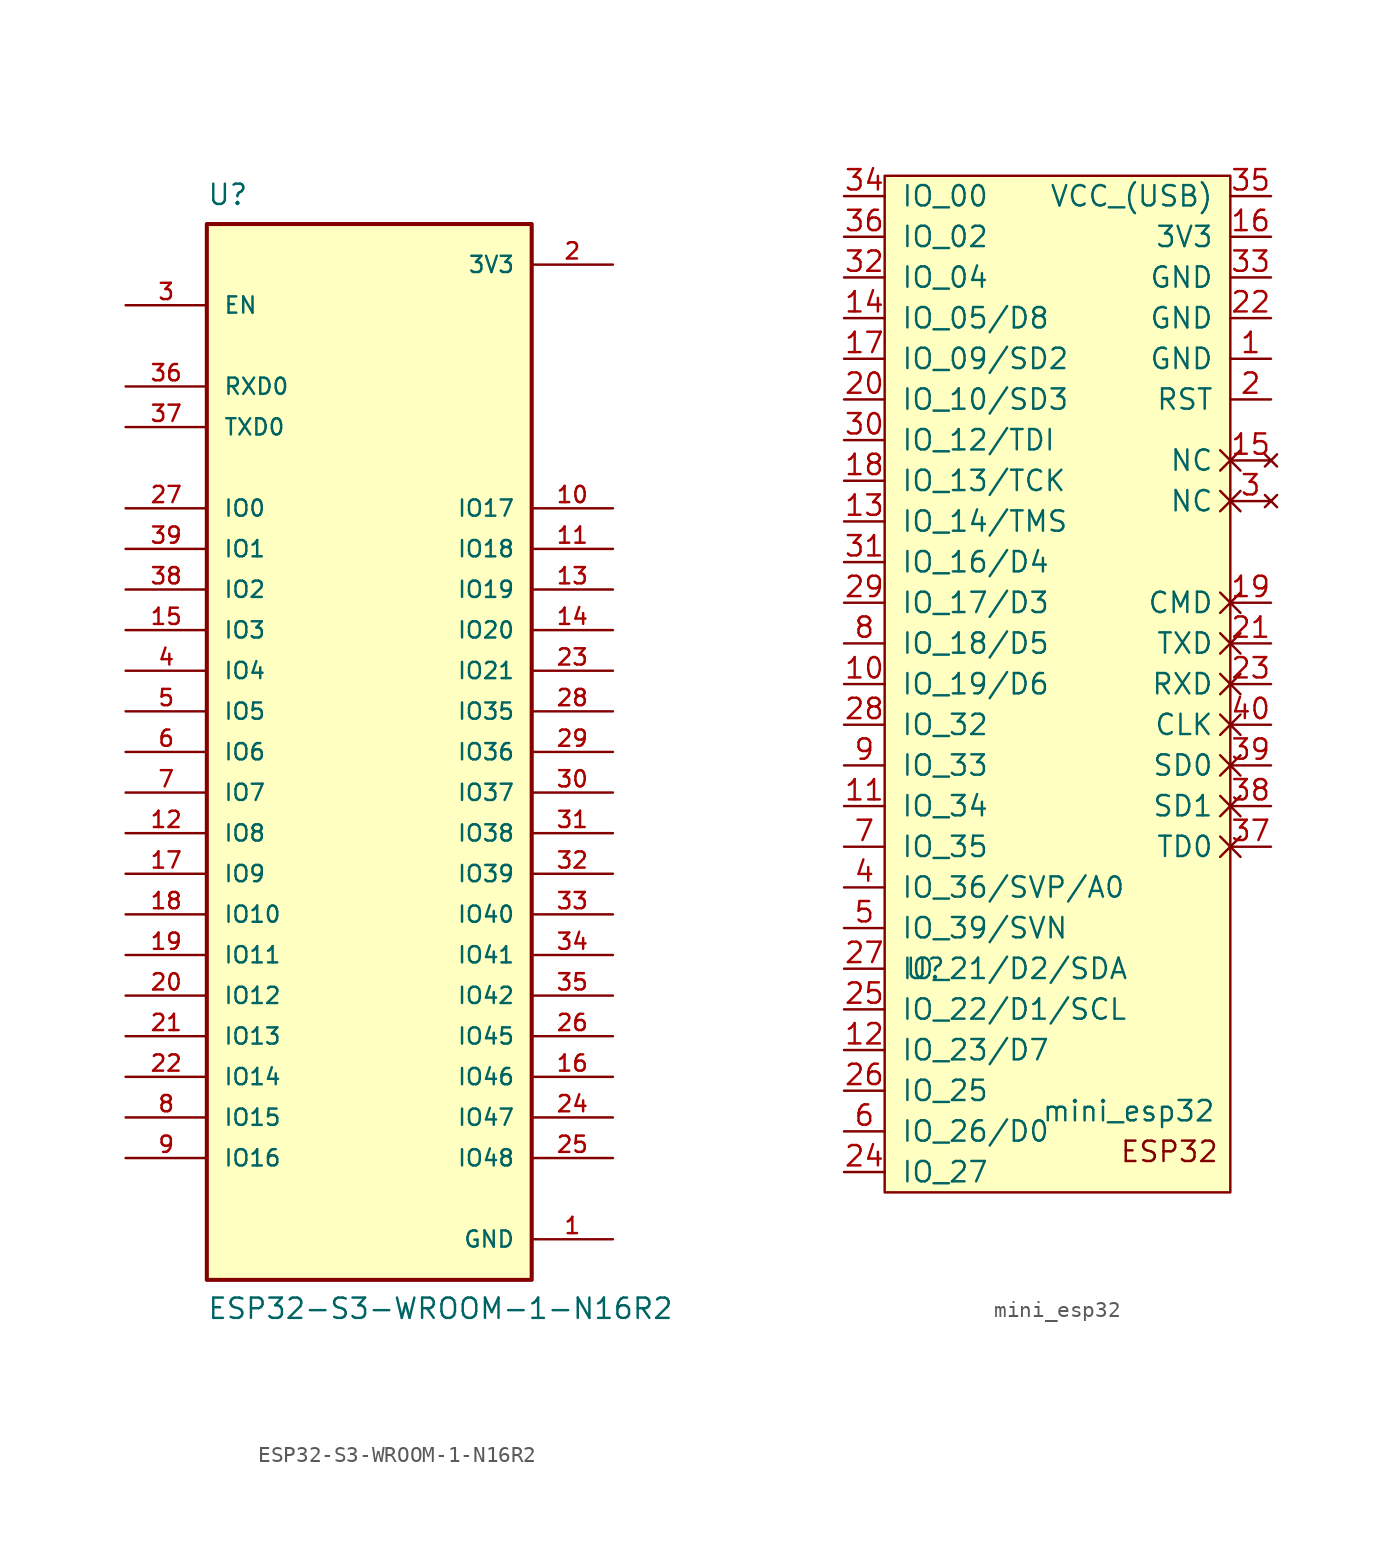
<source format=kicad_sym>
(kicad_symbol_lib
  (version 20220914)
  (generator kicad_symbol_editor)
  (symbol "ESP32-S3-WROOM-1-N16R2"
    (pin_names
      (offset 1.016))
    (property "Reference" "U"
      (at -10.16 34.112 0)
      (effects (font (size 1.27 1.27)) (justify left bottom)))
    (property "Value" "ESP32-S3-WROOM-1-N16R2"
      (at -10.16 -35.56 0)
      (effects (font (size 1.27 1.27)) (justify left bottom)))
    (symbol "ESP32-S3-WROOM-1-N16R2_0_0"
      (rectangle (start -10.16 -33.02) (end 10.16 33.02) (stroke (width 0.254) (type default)) (fill (type background)))
      (pin power_in line (at 15.24 -30.48 180) (length 5.08) (name "GND" (effects (font (size 1.016 1.016)))) (number "1" (effects (font (size 1.016 1.016)))))
      (pin bidirectional line (at 15.24 15.24 180) (length 5.08) (name "IO17" (effects (font (size 1.016 1.016)))) (number "10" (effects (font (size 1.016 1.016)))))
      (pin bidirectional line (at 15.24 12.7 180) (length 5.08) (name "IO18" (effects (font (size 1.016 1.016)))) (number "11" (effects (font (size 1.016 1.016)))))
      (pin bidirectional line (at -15.24 -5.08 0) (length 5.08) (name "IO8" (effects (font (size 1.016 1.016)))) (number "12" (effects (font (size 1.016 1.016)))))
      (pin bidirectional line (at 15.24 10.16 180) (length 5.08) (name "IO19" (effects (font (size 1.016 1.016)))) (number "13" (effects (font (size 1.016 1.016)))))
      (pin bidirectional line (at 15.24 7.62 180) (length 5.08) (name "IO20" (effects (font (size 1.016 1.016)))) (number "14" (effects (font (size 1.016 1.016)))))
      (pin bidirectional line (at -15.24 7.62 0) (length 5.08) (name "IO3" (effects (font (size 1.016 1.016)))) (number "15" (effects (font (size 1.016 1.016)))))
      (pin bidirectional line (at 15.24 -20.32 180) (length 5.08) (name "IO46" (effects (font (size 1.016 1.016)))) (number "16" (effects (font (size 1.016 1.016)))))
      (pin bidirectional line (at -15.24 -7.62 0) (length 5.08) (name "IO9" (effects (font (size 1.016 1.016)))) (number "17" (effects (font (size 1.016 1.016)))))
      (pin bidirectional line (at -15.24 -10.16 0) (length 5.08) (name "IO10" (effects (font (size 1.016 1.016)))) (number "18" (effects (font (size 1.016 1.016)))))
      (pin bidirectional line (at -15.24 -12.7 0) (length 5.08) (name "IO11" (effects (font (size 1.016 1.016)))) (number "19" (effects (font (size 1.016 1.016)))))
      (pin power_in line (at 15.24 30.48 180) (length 5.08) (name "3V3" (effects (font (size 1.016 1.016)))) (number "2" (effects (font (size 1.016 1.016)))))
      (pin bidirectional line (at -15.24 -15.24 0) (length 5.08) (name "IO12" (effects (font (size 1.016 1.016)))) (number "20" (effects (font (size 1.016 1.016)))))
      (pin bidirectional line (at -15.24 -17.78 0) (length 5.08) (name "IO13" (effects (font (size 1.016 1.016)))) (number "21" (effects (font (size 1.016 1.016)))))
      (pin bidirectional line (at -15.24 -20.32 0) (length 5.08) (name "IO14" (effects (font (size 1.016 1.016)))) (number "22" (effects (font (size 1.016 1.016)))))
      (pin bidirectional line (at 15.24 5.08 180) (length 5.08) (name "IO21" (effects (font (size 1.016 1.016)))) (number "23" (effects (font (size 1.016 1.016)))))
      (pin bidirectional line (at 15.24 -22.86 180) (length 5.08) (name "IO47" (effects (font (size 1.016 1.016)))) (number "24" (effects (font (size 1.016 1.016)))))
      (pin bidirectional line (at 15.24 -25.4 180) (length 5.08) (name "IO48" (effects (font (size 1.016 1.016)))) (number "25" (effects (font (size 1.016 1.016)))))
      (pin bidirectional line (at 15.24 -17.78 180) (length 5.08) (name "IO45" (effects (font (size 1.016 1.016)))) (number "26" (effects (font (size 1.016 1.016)))))
      (pin bidirectional line (at -15.24 15.24 0) (length 5.08) (name "IO0" (effects (font (size 1.016 1.016)))) (number "27" (effects (font (size 1.016 1.016)))))
      (pin bidirectional line (at 15.24 2.54 180) (length 5.08) (name "IO35" (effects (font (size 1.016 1.016)))) (number "28" (effects (font (size 1.016 1.016)))))
      (pin bidirectional line (at 15.24 0 180) (length 5.08) (name "IO36" (effects (font (size 1.016 1.016)))) (number "29" (effects (font (size 1.016 1.016)))))
      (pin input line (at -15.24 27.94 0) (length 5.08) (name "EN" (effects (font (size 1.016 1.016)))) (number "3" (effects (font (size 1.016 1.016)))))
      (pin bidirectional line (at 15.24 -2.54 180) (length 5.08) (name "IO37" (effects (font (size 1.016 1.016)))) (number "30" (effects (font (size 1.016 1.016)))))
      (pin bidirectional line (at 15.24 -5.08 180) (length 5.08) (name "IO38" (effects (font (size 1.016 1.016)))) (number "31" (effects (font (size 1.016 1.016)))))
      (pin bidirectional line (at 15.24 -7.62 180) (length 5.08) (name "IO39" (effects (font (size 1.016 1.016)))) (number "32" (effects (font (size 1.016 1.016)))))
      (pin bidirectional line (at 15.24 -10.16 180) (length 5.08) (name "IO40" (effects (font (size 1.016 1.016)))) (number "33" (effects (font (size 1.016 1.016)))))
      (pin bidirectional line (at 15.24 -12.7 180) (length 5.08) (name "IO41" (effects (font (size 1.016 1.016)))) (number "34" (effects (font (size 1.016 1.016)))))
      (pin bidirectional line (at 15.24 -15.24 180) (length 5.08) (name "IO42" (effects (font (size 1.016 1.016)))) (number "35" (effects (font (size 1.016 1.016)))))
      (pin bidirectional line (at -15.24 22.86 0) (length 5.08) (name "RXD0" (effects (font (size 1.016 1.016)))) (number "36" (effects (font (size 1.016 1.016)))))
      (pin bidirectional line (at -15.24 20.32 0) (length 5.08) (name "TXD0" (effects (font (size 1.016 1.016)))) (number "37" (effects (font (size 1.016 1.016)))))
      (pin bidirectional line (at -15.24 10.16 0) (length 5.08) (name "IO2" (effects (font (size 1.016 1.016)))) (number "38" (effects (font (size 1.016 1.016)))))
      (pin bidirectional line (at -15.24 12.7 0) (length 5.08) (name "IO1" (effects (font (size 1.016 1.016)))) (number "39" (effects (font (size 1.016 1.016)))))
      (pin bidirectional line (at -15.24 5.08 0) (length 5.08) (name "IO4" (effects (font (size 1.016 1.016)))) (number "4" (effects (font (size 1.016 1.016)))))
      (pin bidirectional line (at -15.24 2.54 0) (length 5.08) (name "IO5" (effects (font (size 1.016 1.016)))) (number "5" (effects (font (size 1.016 1.016)))))
      (pin bidirectional line (at -15.24 0 0) (length 5.08) (name "IO6" (effects (font (size 1.016 1.016)))) (number "6" (effects (font (size 1.016 1.016)))))
      (pin bidirectional line (at -15.24 -2.54 0) (length 5.08) (name "IO7" (effects (font (size 1.016 1.016)))) (number "7" (effects (font (size 1.016 1.016)))))
      (pin bidirectional line (at -15.24 -22.86 0) (length 5.08) (name "IO15" (effects (font (size 1.016 1.016)))) (number "8" (effects (font (size 1.016 1.016)))))
      (pin bidirectional line (at -15.24 -25.4 0) (length 5.08) (name "IO16" (effects (font (size 1.016 1.016)))) (number "9" (effects (font (size 1.016 1.016))))))
    (symbol "ESP32-S3-WROOM-1-N16R2_1_0"
      (pin power_in line (at 15.24 -30.48 180) (length 5.08) hide (name "GND" (effects (font (size 1.016 1.016)))) (number "40" (effects (font (size 1.016 1.016)))))
      (pin power_in line (at 15.24 -30.48 180) (length 5.08) hide (name "GND" (effects (font (size 1.016 1.016)))) (number "41_1" (effects (font (size 1.016 1.016)))))
      (pin power_in line (at 15.24 -30.48 180) (length 5.08) hide (name "GND" (effects (font (size 1.016 1.016)))) (number "41_2" (effects (font (size 1.016 1.016)))))
      (pin power_in line (at 15.24 -30.48 180) (length 5.08) hide (name "GND" (effects (font (size 1.016 1.016)))) (number "41_3" (effects (font (size 1.016 1.016)))))
      (pin power_in line (at 15.24 -30.48 180) (length 5.08) hide (name "GND" (effects (font (size 1.016 1.016)))) (number "41_4" (effects (font (size 1.016 1.016)))))
      (pin power_in line (at 15.24 -30.48 180) (length 5.08) hide (name "GND" (effects (font (size 1.016 1.016)))) (number "41_5" (effects (font (size 1.016 1.016)))))
      (pin power_in line (at 15.24 -30.48 180) (length 5.08) hide (name "GND" (effects (font (size 1.016 1.016)))) (number "41_6" (effects (font (size 1.016 1.016)))))
      (pin power_in line (at 15.24 -30.48 180) (length 5.08) hide (name "GND" (effects (font (size 1.016 1.016)))) (number "41_7" (effects (font (size 1.016 1.016)))))
      (pin power_in line (at 15.24 -30.48 180) (length 5.08) hide (name "GND" (effects (font (size 1.016 1.016)))) (number "41_8" (effects (font (size 1.016 1.016)))))
      (pin power_in line (at 15.24 -30.48 180) (length 5.08) hide (name "GND" (effects (font (size 1.016 1.016)))) (number "41_9" (effects (font (size 1.016 1.016)))))))
  (symbol "mini_esp32"
    (pin_names
      (offset 1.016))
    (property "Reference" "U"
      (at -7.62 -50.8 0)
      (effects (font (size 1.27 1.27))))
    (property "Value" "mini_esp32"
      (at 5.08 -59.69 0)
      (effects (font (size 1.27 1.27))))
    (symbol "mini_esp32_0_0"
      (text "ESP32" (at 7.62 -62.23 0) (effects (font (size 1.27 1.27))))
      (pin power_in line (at 13.97 -12.7 180) (length 2.54) (name "GND" (effects (font (size 1.27 1.27)))) (number "1" (effects (font (size 1.27 1.27)))))
      (pin input line (at 13.97 -15.24 180) (length 2.54) (name "RST" (effects (font (size 1.27 1.27)))) (number "2" (effects (font (size 1.27 1.27)))))
      (pin no_connect non_logic (at 13.97 -21.59 180) (length 2.54) (name "NC" (effects (font (size 1.27 1.27)))) (number "3" (effects (font (size 1.27 1.27)))))
      (pin bidirectional line (at -12.7 -45.72 0) (length 2.54) (name "IO_36/SVP/A0" (effects (font (size 1.27 1.27)))) (number "4" (effects (font (size 1.27 1.27)))))
      (pin bidirectional line (at -12.7 -48.26 0) (length 2.54) (name "IO_39/SVN" (effects (font (size 1.27 1.27)))) (number "5" (effects (font (size 1.27 1.27))))))
    (symbol "mini_esp32_0_1"
      (rectangle (start -10.16 -1.27) (end 11.43 -64.77) (stroke (width 0) (type solid)) (fill (type background))))
    (symbol "mini_esp32_1_1"
      (pin bidirectional line (at -12.7 -33.02 0) (length 2.54) (name "IO_19/D6" (effects (font (size 1.27 1.27)))) (number "10" (effects (font (size 1.27 1.27)))))
      (pin bidirectional line (at -12.7 -40.64 0) (length 2.54) (name "IO_34" (effects (font (size 1.27 1.27)))) (number "11" (effects (font (size 1.27 1.27)))))
      (pin bidirectional line (at -12.7 -55.88 0) (length 2.54) (name "IO_23/D7" (effects (font (size 1.27 1.27)))) (number "12" (effects (font (size 1.27 1.27)))))
      (pin bidirectional line (at -12.7 -22.86 0) (length 2.54) (name "IO_14/TMS" (effects (font (size 1.27 1.27)))) (number "13" (effects (font (size 1.27 1.27)))))
      (pin bidirectional line (at -12.7 -10.16 0) (length 2.54) (name "IO_05/D8" (effects (font (size 1.27 1.27)))) (number "14" (effects (font (size 1.27 1.27)))))
      (pin no_connect non_logic (at 13.97 -19.05 180) (length 2.54) (name "NC" (effects (font (size 1.27 1.27)))) (number "15" (effects (font (size 1.27 1.27)))))
      (pin power_in line (at 13.97 -5.08 180) (length 2.54) (name "3V3" (effects (font (size 1.27 1.27)))) (number "16" (effects (font (size 1.27 1.27)))))
      (pin bidirectional line (at -12.7 -12.7 0) (length 2.54) (name "IO_09/SD2" (effects (font (size 1.27 1.27)))) (number "17" (effects (font (size 1.27 1.27)))))
      (pin bidirectional line (at -12.7 -20.32 0) (length 2.54) (name "IO_13/TCK" (effects (font (size 1.27 1.27)))) (number "18" (effects (font (size 1.27 1.27)))))
      (pin passive non_logic (at 13.97 -27.94 180) (length 2.54) (name "CMD" (effects (font (size 1.27 1.27)))) (number "19" (effects (font (size 1.27 1.27)))))
      (pin bidirectional line (at -12.7 -15.24 0) (length 2.54) (name "IO_10/SD3" (effects (font (size 1.27 1.27)))) (number "20" (effects (font (size 1.27 1.27)))))
      (pin passive non_logic (at 13.97 -30.48 180) (length 2.54) (name "TXD" (effects (font (size 1.27 1.27)))) (number "21" (effects (font (size 1.27 1.27)))))
      (pin power_in line (at 13.97 -10.16 180) (length 2.54) (name "GND" (effects (font (size 1.27 1.27)))) (number "22" (effects (font (size 1.27 1.27)))))
      (pin passive non_logic (at 13.97 -33.02 180) (length 2.54) (name "RXD" (effects (font (size 1.27 1.27)))) (number "23" (effects (font (size 1.27 1.27)))))
      (pin bidirectional line (at -12.7 -63.5 0) (length 2.54) (name "IO_27" (effects (font (size 1.27 1.27)))) (number "24" (effects (font (size 1.27 1.27)))))
      (pin bidirectional line (at -12.7 -53.34 0) (length 2.54) (name "IO_22/D1/SCL" (effects (font (size 1.27 1.27)))) (number "25" (effects (font (size 1.27 1.27)))))
      (pin bidirectional line (at -12.7 -58.42 0) (length 2.54) (name "IO_25" (effects (font (size 1.27 1.27)))) (number "26" (effects (font (size 1.27 1.27)))))
      (pin bidirectional line (at -12.7 -50.8 0) (length 2.54) (name "IO_21/D2/SDA" (effects (font (size 1.27 1.27)))) (number "27" (effects (font (size 1.27 1.27)))))
      (pin bidirectional line (at -12.7 -35.56 0) (length 2.54) (name "IO_32" (effects (font (size 1.27 1.27)))) (number "28" (effects (font (size 1.27 1.27)))))
      (pin bidirectional line (at -12.7 -27.94 0) (length 2.54) (name "IO_17/D3" (effects (font (size 1.27 1.27)))) (number "29" (effects (font (size 1.27 1.27)))))
      (pin bidirectional line (at -12.7 -17.78 0) (length 2.54) (name "IO_12/TDI" (effects (font (size 1.27 1.27)))) (number "30" (effects (font (size 1.27 1.27)))))
      (pin bidirectional line (at -12.7 -25.4 0) (length 2.54) (name "IO_16/D4" (effects (font (size 1.27 1.27)))) (number "31" (effects (font (size 1.27 1.27)))))
      (pin bidirectional line (at -12.7 -7.62 0) (length 2.54) (name "IO_04" (effects (font (size 1.27 1.27)))) (number "32" (effects (font (size 1.27 1.27)))))
      (pin power_in line (at 13.97 -7.62 180) (length 2.54) (name "GND" (effects (font (size 1.27 1.27)))) (number "33" (effects (font (size 1.27 1.27)))))
      (pin bidirectional line (at -12.7 -2.54 0) (length 2.54) (name "IO_00" (effects (font (size 1.27 1.27)))) (number "34" (effects (font (size 1.27 1.27)))))
      (pin power_in line (at 13.97 -2.54 180) (length 2.54) (name "VCC_(USB)" (effects (font (size 1.27 1.27)))) (number "35" (effects (font (size 1.27 1.27)))))
      (pin bidirectional line (at -12.7 -5.08 0) (length 2.54) (name "IO_02" (effects (font (size 1.27 1.27)))) (number "36" (effects (font (size 1.27 1.27)))))
      (pin passive non_logic (at 13.97 -43.18 180) (length 2.54) (name "TD0" (effects (font (size 1.27 1.27)))) (number "37" (effects (font (size 1.27 1.27)))))
      (pin passive non_logic (at 13.97 -40.64 180) (length 2.54) (name "SD1" (effects (font (size 1.27 1.27)))) (number "38" (effects (font (size 1.27 1.27)))))
      (pin passive non_logic (at 13.97 -38.1 180) (length 2.54) (name "SD0" (effects (font (size 1.27 1.27)))) (number "39" (effects (font (size 1.27 1.27)))))
      (pin passive non_logic (at 13.97 -35.56 180) (length 2.54) (name "CLK" (effects (font (size 1.27 1.27)))) (number "40" (effects (font (size 1.27 1.27)))))
      (pin bidirectional line (at -12.7 -60.96 0) (length 2.54) (name "IO_26/D0" (effects (font (size 1.27 1.27)))) (number "6" (effects (font (size 1.27 1.27)))))
      (pin bidirectional line (at -12.7 -43.18 0) (length 2.54) (name "IO_35" (effects (font (size 1.27 1.27)))) (number "7" (effects (font (size 1.27 1.27)))))
      (pin bidirectional line (at -12.7 -30.48 0) (length 2.54) (name "IO_18/D5" (effects (font (size 1.27 1.27)))) (number "8" (effects (font (size 1.27 1.27)))))
      (pin bidirectional line (at -12.7 -38.1 0) (length 2.54) (name "IO_33" (effects (font (size 1.27 1.27)))) (number "9" (effects (font (size 1.27 1.27))))))))
</source>
